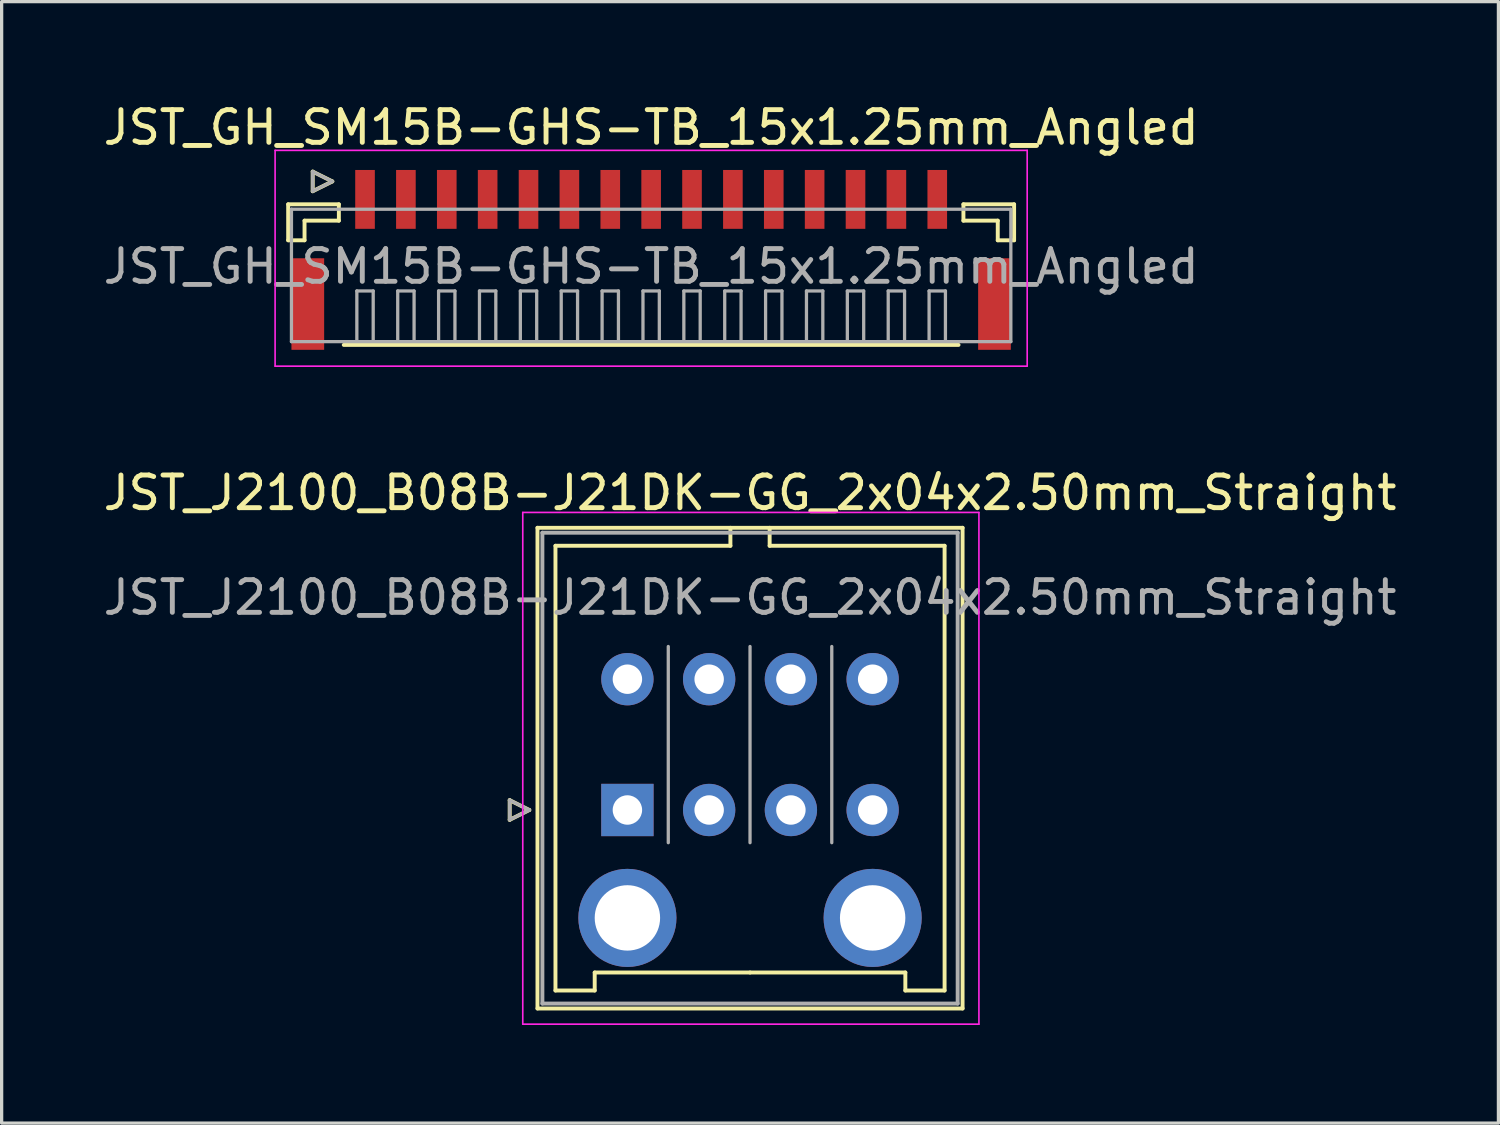
<source format=kicad_pcb>
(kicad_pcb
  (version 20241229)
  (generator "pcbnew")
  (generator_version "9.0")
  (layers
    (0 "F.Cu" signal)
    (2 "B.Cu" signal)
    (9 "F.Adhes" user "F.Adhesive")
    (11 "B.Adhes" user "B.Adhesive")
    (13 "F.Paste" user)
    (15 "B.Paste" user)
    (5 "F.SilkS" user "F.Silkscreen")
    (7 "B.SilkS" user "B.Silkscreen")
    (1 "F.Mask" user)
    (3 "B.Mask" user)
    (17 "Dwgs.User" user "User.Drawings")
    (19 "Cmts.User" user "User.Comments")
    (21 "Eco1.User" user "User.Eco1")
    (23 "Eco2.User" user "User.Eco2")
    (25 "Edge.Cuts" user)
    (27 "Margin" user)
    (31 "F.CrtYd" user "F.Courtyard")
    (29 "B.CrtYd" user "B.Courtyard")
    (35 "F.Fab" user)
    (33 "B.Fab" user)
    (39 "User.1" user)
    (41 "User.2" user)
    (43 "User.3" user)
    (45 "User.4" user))
  (footprint "JST_J2100_B08B-J21DK-GG_2x04x2.50mm_Straight"
    (layer "F.Cu")
    (at 16.137 21.721)
    (property "Reference" "JST_J2100_B08B-J21DK-GG_2x04x2.50mm_Straight" (at 3.75 -9.7 0) (layer "F.SilkS") (effects (font (size 1 1) (thickness 0.15))))
    (attr through_hole)
    (fp_line (start -3.6 -0.3) (end -3 0) (stroke (width 0.12) (type solid)) (layer "F.SilkS"))
    (fp_line (start -3.6 0.3) (end -3.6 -0.3) (stroke (width 0.12) (type solid)) (layer "F.SilkS"))
    (fp_line (start -3 0) (end -3.6 0.3) (stroke (width 0.12) (type solid)) (layer "F.SilkS"))
    (fp_line (start -2.75 -8.63) (end -2.75 6.07) (stroke (width 0.12) (type solid)) (layer "F.SilkS"))
    (fp_line (start -2.75 6.07) (end 10.25 6.07) (stroke (width 0.12) (type solid)) (layer "F.SilkS"))
    (fp_line (start -2.2 -8.08) (end -2.2 5.52) (stroke (width 0.12) (type solid)) (layer "F.SilkS"))
    (fp_line (start -2.2 5.52) (end -1 5.52) (stroke (width 0.12) (type solid)) (layer "F.SilkS"))
    (fp_line (start -1 4.97) (end 3.75 4.97) (stroke (width 0.12) (type solid)) (layer "F.SilkS"))
    (fp_line (start -1 5.52) (end -1 4.97) (stroke (width 0.12) (type solid)) (layer "F.SilkS"))
    (fp_line (start 3.15 -8.63) (end 3.15 -8.08) (stroke (width 0.12) (type solid)) (layer "F.SilkS"))
    (fp_line (start 3.15 -8.08) (end -2.2 -8.08) (stroke (width 0.12) (type solid)) (layer "F.SilkS"))
    (fp_line (start 4.35 -8.63) (end 4.35 -8.08) (stroke (width 0.12) (type solid)) (layer "F.SilkS"))
    (fp_line (start 4.35 -8.08) (end 9.7 -8.08) (stroke (width 0.12) (type solid)) (layer "F.SilkS"))
    (fp_line (start 8.5 4.97) (end 3.75 4.97) (stroke (width 0.12) (type solid)) (layer "F.SilkS"))
    (fp_line (start 8.5 5.52) (end 8.5 4.97) (stroke (width 0.12) (type solid)) (layer "F.SilkS"))
    (fp_line (start 9.7 -8.08) (end 9.7 5.52) (stroke (width 0.12) (type solid)) (layer "F.SilkS"))
    (fp_line (start 9.7 5.52) (end 8.5 5.52) (stroke (width 0.12) (type solid)) (layer "F.SilkS"))
    (fp_line (start 10.25 -8.63) (end -2.75 -8.63) (stroke (width 0.12) (type solid)) (layer "F.SilkS"))
    (fp_line (start 10.25 6.07) (end 10.25 -8.63) (stroke (width 0.12) (type solid)) (layer "F.SilkS"))
    (fp_line (start -3.2 -9.1) (end -3.2 6.55) (stroke (width 0.05) (type solid)) (layer "F.CrtYd"))
    (fp_line (start -3.2 6.55) (end 10.75 6.55) (stroke (width 0.05) (type solid)) (layer "F.CrtYd"))
    (fp_line (start 10.75 -9.1) (end -3.2 -9.1) (stroke (width 0.05) (type solid)) (layer "F.CrtYd"))
    (fp_line (start 10.75 6.55) (end 10.75 -9.1) (stroke (width 0.05) (type solid)) (layer "F.CrtYd"))
    (fp_line (start -3.6 -0.3) (end -3 0) (stroke (width 0.1) (type solid)) (layer "F.Fab"))
    (fp_line (start -3.6 0.3) (end -3.6 -0.3) (stroke (width 0.1) (type solid)) (layer "F.Fab"))
    (fp_line (start -3 0) (end -3.6 0.3) (stroke (width 0.1) (type solid)) (layer "F.Fab"))
    (fp_line (start -2.6 -8.48) (end -2.6 5.92) (stroke (width 0.12) (type solid)) (layer "F.Fab"))
    (fp_line (start -2.6 5.92) (end 10.1 5.92) (stroke (width 0.12) (type solid)) (layer "F.Fab"))
    (fp_line (start 1.25 1) (end 1.25 -5) (stroke (width 0.1) (type solid)) (layer "F.Fab"))
    (fp_line (start 3.75 1) (end 3.75 -5) (stroke (width 0.1) (type solid)) (layer "F.Fab"))
    (fp_line (start 6.25 1) (end 6.25 -5) (stroke (width 0.1) (type solid)) (layer "F.Fab"))
    (fp_line (start 10.1 -8.48) (end -2.6 -8.48) (stroke (width 0.12) (type solid)) (layer "F.Fab"))
    (fp_line (start 10.1 5.92) (end 10.1 -8.48) (stroke (width 0.12) (type solid)) (layer "F.Fab"))
    (fp_text user "${REFERENCE}" (at 3.75 -6.5 0) (layer "F.Fab") (effects (font (size 1 1) (thickness 0.15))))
    (pad "" thru_hole circle (at 0 3.3) (size 3 3) (drill 2) (layers "*.Cu" "*.Mask"))
    (pad "" thru_hole circle (at 7.5 3.3) (size 3 3) (drill 2) (layers "*.Cu" "*.Mask"))
    (pad "1" thru_hole rect (at 0 0) (size 1.6 1.6) (drill 0.9) (layers "*.Cu" "*.Mask"))
    (pad "2" thru_hole circle (at 0 -4) (size 1.6 1.6) (drill 0.9) (layers "*.Cu" "*.Mask"))
    (pad "3" thru_hole circle (at 2.5 0) (size 1.6 1.6) (drill 0.9) (layers "*.Cu" "*.Mask"))
    (pad "4" thru_hole circle (at 2.5 -4) (size 1.6 1.6) (drill 0.9) (layers "*.Cu" "*.Mask"))
    (pad "5" thru_hole circle (at 5 0) (size 1.6 1.6) (drill 0.9) (layers "*.Cu" "*.Mask"))
    (pad "6" thru_hole circle (at 5 -4) (size 1.6 1.6) (drill 0.9) (layers "*.Cu" "*.Mask"))
    (pad "7" thru_hole circle (at 7.5 0) (size 1.6 1.6) (drill 0.9) (layers "*.Cu" "*.Mask"))
    (pad "8" thru_hole circle (at 7.5 -4) (size 1.6 1.6) (drill 0.9) (layers "*.Cu" "*.Mask")))
  (footprint "JST_GH_SM15B-GHS-TB_15x1.25mm_Angled"
    (layer "F.Cu")
    (at 16.863 4.648)
    (property "Reference" "JST_GH_SM15B-GHS-TB_15x1.25mm_Angled" (at 0 -3.8 0) (layer "F.SilkS") (effects (font (size 1 1) (thickness 0.15))))
    (attr smd)
    (fp_line (start -11.1 -1.45) (end -9.55 -1.45) (stroke (width 0.12) (type solid)) (layer "F.SilkS"))
    (fp_line (start -11.1 -0.35) (end -11.1 -1.45) (stroke (width 0.12) (type solid)) (layer "F.SilkS"))
    (fp_line (start -10.6 -0.95) (end -10.6 -0.35) (stroke (width 0.12) (type solid)) (layer "F.SilkS"))
    (fp_line (start -10.6 -0.35) (end -11.1 -0.35) (stroke (width 0.12) (type solid)) (layer "F.SilkS"))
    (fp_line (start -10.35 -2.45) (end -10.35 -1.85) (stroke (width 0.12) (type solid)) (layer "F.SilkS"))
    (fp_line (start -10.35 -1.85) (end -9.75 -2.15) (stroke (width 0.12) (type solid)) (layer "F.SilkS"))
    (fp_line (start -9.75 -2.15) (end -10.35 -2.45) (stroke (width 0.12) (type solid)) (layer "F.SilkS"))
    (fp_line (start -9.55 -1.45) (end -9.55 -0.95) (stroke (width 0.12) (type solid)) (layer "F.SilkS"))
    (fp_line (start -9.55 -0.95) (end -10.6 -0.95) (stroke (width 0.12) (type solid)) (layer "F.SilkS"))
    (fp_line (start -9.4 2.85) (end 9.4 2.85) (stroke (width 0.12) (type solid)) (layer "F.SilkS"))
    (fp_line (start 9.55 -1.45) (end 9.55 -0.95) (stroke (width 0.12) (type solid)) (layer "F.SilkS"))
    (fp_line (start 9.55 -0.95) (end 10.6 -0.95) (stroke (width 0.12) (type solid)) (layer "F.SilkS"))
    (fp_line (start 10.6 -0.95) (end 10.6 -0.35) (stroke (width 0.12) (type solid)) (layer "F.SilkS"))
    (fp_line (start 10.6 -0.35) (end 11.1 -0.35) (stroke (width 0.12) (type solid)) (layer "F.SilkS"))
    (fp_line (start 11.1 -1.45) (end 9.55 -1.45) (stroke (width 0.12) (type solid)) (layer "F.SilkS"))
    (fp_line (start 11.1 -0.35) (end 11.1 -1.45) (stroke (width 0.12) (type solid)) (layer "F.SilkS"))
    (fp_line (start -11.5 -3.1) (end -11.5 3.5) (stroke (width 0.05) (type solid)) (layer "F.CrtYd"))
    (fp_line (start -11.5 3.5) (end 11.5 3.5) (stroke (width 0.05) (type solid)) (layer "F.CrtYd"))
    (fp_line (start 11.5 -3.1) (end -11.5 -3.1) (stroke (width 0.05) (type solid)) (layer "F.CrtYd"))
    (fp_line (start 11.5 3.5) (end 11.5 -3.1) (stroke (width 0.05) (type solid)) (layer "F.CrtYd"))
    (fp_line (start -11 -1.3) (end -11 2.75) (stroke (width 0.1) (type solid)) (layer "F.Fab"))
    (fp_line (start -11 2.75) (end 11 2.75) (stroke (width 0.1) (type solid)) (layer "F.Fab"))
    (fp_line (start -10.35 -2.45) (end -10.35 -1.85) (stroke (width 0.1) (type solid)) (layer "F.Fab"))
    (fp_line (start -10.35 -1.85) (end -9.75 -2.15) (stroke (width 0.1) (type solid)) (layer "F.Fab"))
    (fp_line (start -9.75 -2.15) (end -10.35 -2.45) (stroke (width 0.1) (type solid)) (layer "F.Fab"))
    (fp_line (start -9 1.2) (end -8.5 1.2) (stroke (width 0.1) (type solid)) (layer "F.Fab"))
    (fp_line (start -9 2.7) (end -9 1.2) (stroke (width 0.1) (type solid)) (layer "F.Fab"))
    (fp_line (start -8.5 1.2) (end -8.5 2.7) (stroke (width 0.1) (type solid)) (layer "F.Fab"))
    (fp_line (start -7.75 1.2) (end -7.25 1.2) (stroke (width 0.1) (type solid)) (layer "F.Fab"))
    (fp_line (start -7.75 2.7) (end -7.75 1.2) (stroke (width 0.1) (type solid)) (layer "F.Fab"))
    (fp_line (start -7.25 1.2) (end -7.25 2.7) (stroke (width 0.1) (type solid)) (layer "F.Fab"))
    (fp_line (start -6.5 1.2) (end -6 1.2) (stroke (width 0.1) (type solid)) (layer "F.Fab"))
    (fp_line (start -6.5 2.7) (end -6.5 1.2) (stroke (width 0.1) (type solid)) (layer "F.Fab"))
    (fp_line (start -6 1.2) (end -6 2.7) (stroke (width 0.1) (type solid)) (layer "F.Fab"))
    (fp_line (start -5.25 1.2) (end -4.75 1.2) (stroke (width 0.1) (type solid)) (layer "F.Fab"))
    (fp_line (start -5.25 2.7) (end -5.25 1.2) (stroke (width 0.1) (type solid)) (layer "F.Fab"))
    (fp_line (start -4.75 1.2) (end -4.75 2.7) (stroke (width 0.1) (type solid)) (layer "F.Fab"))
    (fp_line (start -4 1.2) (end -3.5 1.2) (stroke (width 0.1) (type solid)) (layer "F.Fab"))
    (fp_line (start -4 2.7) (end -4 1.2) (stroke (width 0.1) (type solid)) (layer "F.Fab"))
    (fp_line (start -3.5 1.2) (end -3.5 2.7) (stroke (width 0.1) (type solid)) (layer "F.Fab"))
    (fp_line (start -2.75 1.2) (end -2.25 1.2) (stroke (width 0.1) (type solid)) (layer "F.Fab"))
    (fp_line (start -2.75 2.7) (end -2.75 1.2) (stroke (width 0.1) (type solid)) (layer "F.Fab"))
    (fp_line (start -2.25 1.2) (end -2.25 2.7) (stroke (width 0.1) (type solid)) (layer "F.Fab"))
    (fp_line (start -1.5 1.2) (end -1 1.2) (stroke (width 0.1) (type solid)) (layer "F.Fab"))
    (fp_line (start -1.5 2.7) (end -1.5 1.2) (stroke (width 0.1) (type solid)) (layer "F.Fab"))
    (fp_line (start -1 1.2) (end -1 2.7) (stroke (width 0.1) (type solid)) (layer "F.Fab"))
    (fp_line (start -0.25 1.2) (end 0.25 1.2) (stroke (width 0.1) (type solid)) (layer "F.Fab"))
    (fp_line (start -0.25 2.7) (end -0.25 1.2) (stroke (width 0.1) (type solid)) (layer "F.Fab"))
    (fp_line (start 0.25 1.2) (end 0.25 2.7) (stroke (width 0.1) (type solid)) (layer "F.Fab"))
    (fp_line (start 1 1.2) (end 1.5 1.2) (stroke (width 0.1) (type solid)) (layer "F.Fab"))
    (fp_line (start 1 2.7) (end 1 1.2) (stroke (width 0.1) (type solid)) (layer "F.Fab"))
    (fp_line (start 1.5 1.2) (end 1.5 2.7) (stroke (width 0.1) (type solid)) (layer "F.Fab"))
    (fp_line (start 2.25 1.2) (end 2.75 1.2) (stroke (width 0.1) (type solid)) (layer "F.Fab"))
    (fp_line (start 2.25 2.7) (end 2.25 1.2) (stroke (width 0.1) (type solid)) (layer "F.Fab"))
    (fp_line (start 2.75 1.2) (end 2.75 2.7) (stroke (width 0.1) (type solid)) (layer "F.Fab"))
    (fp_line (start 3.5 1.2) (end 4 1.2) (stroke (width 0.1) (type solid)) (layer "F.Fab"))
    (fp_line (start 3.5 2.7) (end 3.5 1.2) (stroke (width 0.1) (type solid)) (layer "F.Fab"))
    (fp_line (start 4 1.2) (end 4 2.7) (stroke (width 0.1) (type solid)) (layer "F.Fab"))
    (fp_line (start 4.75 1.2) (end 5.25 1.2) (stroke (width 0.1) (type solid)) (layer "F.Fab"))
    (fp_line (start 4.75 2.7) (end 4.75 1.2) (stroke (width 0.1) (type solid)) (layer "F.Fab"))
    (fp_line (start 5.25 1.2) (end 5.25 2.7) (stroke (width 0.1) (type solid)) (layer "F.Fab"))
    (fp_line (start 6 1.2) (end 6.5 1.2) (stroke (width 0.1) (type solid)) (layer "F.Fab"))
    (fp_line (start 6 2.7) (end 6 1.2) (stroke (width 0.1) (type solid)) (layer "F.Fab"))
    (fp_line (start 6.5 1.2) (end 6.5 2.7) (stroke (width 0.1) (type solid)) (layer "F.Fab"))
    (fp_line (start 7.25 1.2) (end 7.75 1.2) (stroke (width 0.1) (type solid)) (layer "F.Fab"))
    (fp_line (start 7.25 2.7) (end 7.25 1.2) (stroke (width 0.1) (type solid)) (layer "F.Fab"))
    (fp_line (start 7.75 1.2) (end 7.75 2.7) (stroke (width 0.1) (type solid)) (layer "F.Fab"))
    (fp_line (start 8.5 1.2) (end 9 1.2) (stroke (width 0.1) (type solid)) (layer "F.Fab"))
    (fp_line (start 8.5 2.7) (end 8.5 1.2) (stroke (width 0.1) (type solid)) (layer "F.Fab"))
    (fp_line (start 9 1.2) (end 9 2.7) (stroke (width 0.1) (type solid)) (layer "F.Fab"))
    (fp_line (start 11 -1.3) (end -11 -1.3) (stroke (width 0.1) (type solid)) (layer "F.Fab"))
    (fp_line (start 11 2.75) (end 11 -1.3) (stroke (width 0.1) (type solid)) (layer "F.Fab"))
    (fp_text user "${REFERENCE}" (at 0 0.45 0) (layer "F.Fab") (effects (font (size 1 1) (thickness 0.15))))
    (pad "" smd rect (at -10.5 1.6) (size 1 2.8) (layers "F.Cu" "F.Mask" "F.Paste"))
    (pad "" smd rect (at 10.5 1.6) (size 1 2.8) (layers "F.Cu" "F.Mask" "F.Paste"))
    (pad "1" smd rect (at -8.75 -1.6) (size 0.6 1.8) (layers "F.Cu" "F.Mask" "F.Paste"))
    (pad "2" smd rect (at -7.5 -1.6) (size 0.6 1.8) (layers "F.Cu" "F.Mask" "F.Paste"))
    (pad "3" smd rect (at -6.25 -1.6) (size 0.6 1.8) (layers "F.Cu" "F.Mask" "F.Paste"))
    (pad "4" smd rect (at -5 -1.6) (size 0.6 1.8) (layers "F.Cu" "F.Mask" "F.Paste"))
    (pad "5" smd rect (at -3.75 -1.6) (size 0.6 1.8) (layers "F.Cu" "F.Mask" "F.Paste"))
    (pad "6" smd rect (at -2.5 -1.6) (size 0.6 1.8) (layers "F.Cu" "F.Mask" "F.Paste"))
    (pad "7" smd rect (at -1.25 -1.6) (size 0.6 1.8) (layers "F.Cu" "F.Mask" "F.Paste"))
    (pad "8" smd rect (at 0 -1.6) (size 0.6 1.8) (layers "F.Cu" "F.Mask" "F.Paste"))
    (pad "9" smd rect (at 1.25 -1.6) (size 0.6 1.8) (layers "F.Cu" "F.Mask" "F.Paste"))
    (pad "10" smd rect (at 2.5 -1.6) (size 0.6 1.8) (layers "F.Cu" "F.Mask" "F.Paste"))
    (pad "11" smd rect (at 3.75 -1.6) (size 0.6 1.8) (layers "F.Cu" "F.Mask" "F.Paste"))
    (pad "12" smd rect (at 5 -1.6) (size 0.6 1.8) (layers "F.Cu" "F.Mask" "F.Paste"))
    (pad "13" smd rect (at 6.25 -1.6) (size 0.6 1.8) (layers "F.Cu" "F.Mask" "F.Paste"))
    (pad "14" smd rect (at 7.5 -1.6) (size 0.6 1.8) (layers "F.Cu" "F.Mask" "F.Paste"))
    (pad "15" smd rect (at 8.75 -1.6) (size 0.6 1.8) (layers "F.Cu" "F.Mask" "F.Paste")))
  (gr_rect
    (start -3 -3)
    (end 42.774 31.297)
    (stroke (width 0.1) (type default))
    (fill no)
    (layer "Edge.Cuts")))
</source>
